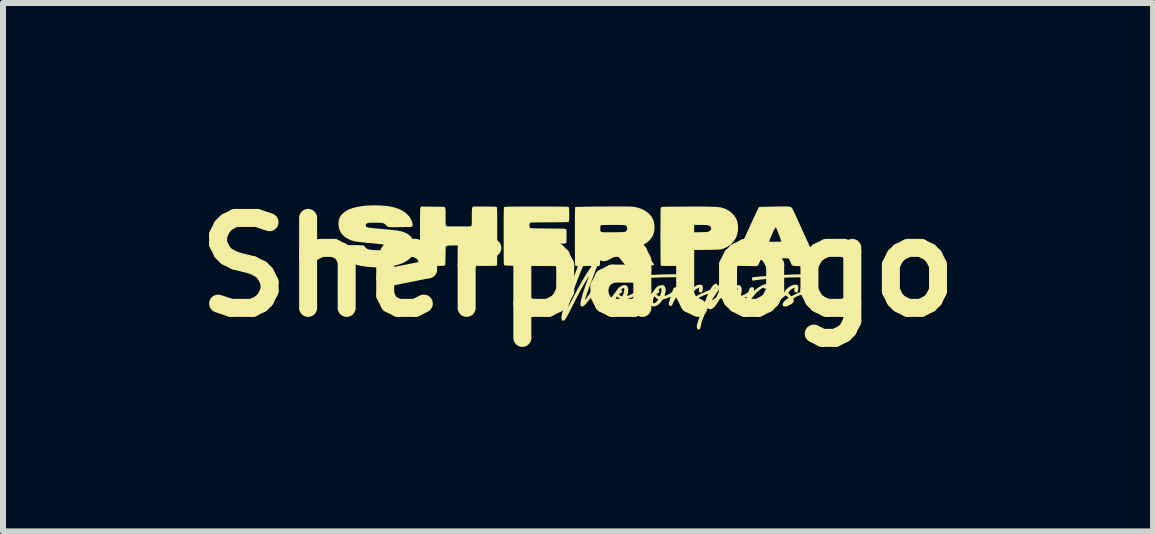
<source format=kicad_pcb>
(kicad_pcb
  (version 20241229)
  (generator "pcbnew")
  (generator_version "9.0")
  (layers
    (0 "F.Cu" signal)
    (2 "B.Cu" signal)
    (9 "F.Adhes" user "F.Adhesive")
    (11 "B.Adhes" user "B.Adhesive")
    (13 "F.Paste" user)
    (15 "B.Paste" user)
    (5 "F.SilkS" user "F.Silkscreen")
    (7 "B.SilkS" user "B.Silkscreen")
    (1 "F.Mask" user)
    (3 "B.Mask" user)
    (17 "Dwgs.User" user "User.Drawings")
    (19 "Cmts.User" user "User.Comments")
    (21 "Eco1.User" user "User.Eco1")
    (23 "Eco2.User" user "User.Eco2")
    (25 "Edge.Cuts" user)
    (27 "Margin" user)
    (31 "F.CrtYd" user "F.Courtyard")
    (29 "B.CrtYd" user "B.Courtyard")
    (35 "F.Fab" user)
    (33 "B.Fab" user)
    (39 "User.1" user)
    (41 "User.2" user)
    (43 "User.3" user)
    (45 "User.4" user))
  (footprint "Sherpalogo"
    (layer "F.Cu")
    (at 6.586 1.404)
    (property "Reference" "Sherpalogo" (at 0 0 0) (layer "F.SilkS") (effects (font (size 1.5 1.5) (thickness 0.3))))
    (attr board_only exclude_from_pos_files exclude_from_bom)
    (fp_poly (pts (xy 2.031 -1.011) (xy 2.095 -1.01) (xy 2.151 -1.01) (xy 2.2 -1.009) (xy 2.242 -1.008) (xy 2.279 -1.006) (xy 2.31 -1.005) (xy 2.336 -1.002) (xy 2.359 -1) (xy 2.378 -0.997) (xy 2.395 -0.993) (xy 2.399 -0.992) (xy 2.456 -0.973) (xy 2.509 -0.945) (xy 2.557 -0.91) (xy 2.597 -0.867) (xy 2.63 -0.82) (xy 2.637 -0.807) (xy 2.654 -0.763) (xy 2.664 -0.713) (xy 2.667 -0.66) (xy 2.664 -0.605) (xy 2.654 -0.552) (xy 2.638 -0.503) (xy 2.63 -0.486) (xy 2.6 -0.439) (xy 2.561 -0.395) (xy 2.516 -0.357) (xy 2.464 -0.327) (xy 2.407 -0.304) (xy 2.397 -0.3) (xy 2.389 -0.298) (xy 2.379 -0.297) (xy 2.366 -0.295) (xy 2.35 -0.294) (xy 2.33 -0.293) (xy 2.304 -0.292) (xy 2.272 -0.291) (xy 2.232 -0.29) (xy 2.184 -0.289) (xy 2.127 -0.289) (xy 2.093 -0.288) (xy 2.032 -0.288) (xy 1.98 -0.287) (xy 1.938 -0.286) (xy 1.904 -0.286) (xy 1.876 -0.285) (xy 1.855 -0.284) (xy 1.839 -0.283) (xy 1.828 -0.282) (xy 1.82 -0.281) (xy 1.814 -0.279) (xy 1.811 -0.277) (xy 1.809 -0.275) (xy 1.805 -0.271) (xy 1.802 -0.266) (xy 1.8 -0.259) (xy 1.799 -0.248) (xy 1.798 -0.231) (xy 1.798 -0.207) (xy 1.798 -0.175) (xy 1.798 -0.154) (xy 1.797 -0.115) (xy 1.796 -0.083) (xy 1.795 -0.057) (xy 1.794 -0.039) (xy 1.792 -0.032) (xy 1.79 -0.029) (xy 1.787 -0.027) (xy 1.782 -0.025) (xy 1.773 -0.024) (xy 1.761 -0.023) (xy 1.743 -0.022) (xy 1.718 -0.022) (xy 1.686 -0.021) (xy 1.646 -0.021) (xy 1.596 -0.021) (xy 1.587 -0.021) (xy 1.387 -0.021) (xy 1.38 -0.033) (xy 1.379 -0.037) (xy 1.378 -0.046) (xy 1.377 -0.059) (xy 1.376 -0.077) (xy 1.376 -0.101) (xy 1.375 -0.131) (xy 1.375 -0.168) (xy 1.374 -0.213) (xy 1.374 -0.266) (xy 1.374 -0.328) (xy 1.374 -0.399) (xy 1.373 -0.479) (xy 1.373 -0.516) (xy 1.373 -0.597) (xy 1.373 -0.628) (xy 1.796 -0.628) (xy 1.796 -0.614) (xy 1.798 -0.603) (xy 1.803 -0.595) (xy 1.811 -0.589) (xy 1.823 -0.585) (xy 1.842 -0.583) (xy 1.866 -0.582) (xy 1.899 -0.582) (xy 1.94 -0.582) (xy 1.987 -0.582) (xy 2.034 -0.583) (xy 2.072 -0.584) (xy 2.101 -0.584) (xy 2.124 -0.585) (xy 2.142 -0.587) (xy 2.154 -0.588) (xy 2.164 -0.59) (xy 2.172 -0.593) (xy 2.175 -0.594) (xy 2.197 -0.608) (xy 2.212 -0.624) (xy 2.219 -0.643) (xy 2.217 -0.661) (xy 2.206 -0.677) (xy 2.197 -0.684) (xy 2.187 -0.69) (xy 2.175 -0.695) (xy 2.16 -0.699) (xy 2.14 -0.701) (xy 2.115 -0.703) (xy 2.082 -0.704) (xy 2.042 -0.705) (xy 1.993 -0.705) (xy 1.976 -0.705) (xy 1.928 -0.704) (xy 1.89 -0.704) (xy 1.86 -0.703) (xy 1.837 -0.702) (xy 1.822 -0.701) (xy 1.811 -0.7) (xy 1.805 -0.698) (xy 1.804 -0.696) (xy 1.799 -0.687) (xy 1.797 -0.669) (xy 1.796 -0.645) (xy 1.796 -0.628) (xy 1.373 -0.628) (xy 1.374 -0.669) (xy 1.374 -0.731) (xy 1.374 -0.785) (xy 1.374 -0.83) (xy 1.374 -0.869) (xy 1.374 -0.9) (xy 1.375 -0.926) (xy 1.375 -0.946) (xy 1.376 -0.962) (xy 1.377 -0.974) (xy 1.378 -0.982) (xy 1.379 -0.988) (xy 1.381 -0.992) (xy 1.382 -0.995) (xy 1.384 -0.997) (xy 1.384 -0.997) (xy 1.387 -1) (xy 1.39 -1.001) (xy 1.394 -1.003) (xy 1.4 -1.004) (xy 1.409 -1.005) (xy 1.421 -1.006) (xy 1.438 -1.007) (xy 1.46 -1.008) (xy 1.487 -1.008) (xy 1.521 -1.009) (xy 1.562 -1.009) (xy 1.612 -1.009) (xy 1.67 -1.01) (xy 1.737 -1.01) (xy 1.785 -1.01) (xy 1.877 -1.011) (xy 1.959 -1.011)) (stroke (width 0) (type solid)) (fill yes) (layer "F.SilkS"))
    (fp_poly (pts (xy -3.293 -1.029) (xy -3.205 -1.022) (xy -3.126 -1.011) (xy -3.056 -0.994) (xy -2.992 -0.973) (xy -2.936 -0.947) (xy -2.887 -0.915) (xy -2.853 -0.887) (xy -2.821 -0.853) (xy -2.795 -0.816) (xy -2.775 -0.777) (xy -2.762 -0.739) (xy -2.758 -0.704) (xy -2.758 -0.695) (xy -2.759 -0.688) (xy -2.762 -0.682) (xy -2.767 -0.678) (xy -2.777 -0.674) (xy -2.791 -0.672) (xy -2.812 -0.67) (xy -2.839 -0.669) (xy -2.874 -0.669) (xy -2.918 -0.668) (xy -2.957 -0.668) (xy -3.001 -0.667) (xy -3.042 -0.667) (xy -3.079 -0.667) (xy -3.11 -0.668) (xy -3.135 -0.668) (xy -3.151 -0.669) (xy -3.157 -0.669) (xy -3.175 -0.677) (xy -3.196 -0.695) (xy -3.202 -0.701) (xy -3.215 -0.713) (xy -3.227 -0.723) (xy -3.24 -0.73) (xy -3.256 -0.735) (xy -3.275 -0.738) (xy -3.3 -0.74) (xy -3.332 -0.741) (xy -3.372 -0.741) (xy -3.385 -0.741) (xy -3.423 -0.741) (xy -3.453 -0.741) (xy -3.475 -0.74) (xy -3.491 -0.739) (xy -3.502 -0.737) (xy -3.511 -0.734) (xy -3.515 -0.732) (xy -3.532 -0.719) (xy -3.54 -0.704) (xy -3.538 -0.688) (xy -3.528 -0.674) (xy -3.51 -0.663) (xy -3.506 -0.662) (xy -3.496 -0.66) (xy -3.477 -0.658) (xy -3.45 -0.655) (xy -3.416 -0.651) (xy -3.377 -0.647) (xy -3.333 -0.643) (xy -3.286 -0.639) (xy -3.272 -0.638) (xy -3.223 -0.633) (xy -3.176 -0.629) (xy -3.131 -0.624) (xy -3.09 -0.62) (xy -3.055 -0.616) (xy -3.028 -0.613) (xy -3.009 -0.611) (xy -3.007 -0.61) (xy -2.942 -0.597) (xy -2.885 -0.577) (xy -2.838 -0.552) (xy -2.798 -0.521) (xy -2.768 -0.486) (xy -2.747 -0.452) (xy -2.734 -0.415) (xy -2.727 -0.374) (xy -2.727 -0.326) (xy -2.733 -0.274) (xy -2.746 -0.228) (xy -2.767 -0.188) (xy -2.797 -0.151) (xy -2.836 -0.118) (xy -2.884 -0.088) (xy -2.935 -0.063) (xy -2.994 -0.043) (xy -3.062 -0.025) (xy -3.135 -0.012) (xy -3.214 -0.003) (xy -3.297 0.001) (xy -3.383 0.002) (xy -3.433 -0.000307) (xy -3.526 -0.008) (xy -3.609 -0.02) (xy -3.683 -0.037) (xy -3.75 -0.059) (xy -3.809 -0.087) (xy -3.862 -0.119) (xy -3.908 -0.158) (xy -3.915 -0.165) (xy -3.951 -0.206) (xy -3.976 -0.247) (xy -3.992 -0.29) (xy -3.995 -0.305) (xy -3.998 -0.33) (xy -3.995 -0.347) (xy -3.985 -0.358) (xy -3.976 -0.363) (xy -3.967 -0.364) (xy -3.949 -0.365) (xy -3.923 -0.366) (xy -3.892 -0.367) (xy -3.856 -0.368) (xy -3.816 -0.368) (xy -3.776 -0.368) (xy -3.735 -0.368) (xy -3.696 -0.368) (xy -3.66 -0.367) (xy -3.628 -0.366) (xy -3.603 -0.365) (xy -3.586 -0.364) (xy -3.577 -0.363) (xy -3.566 -0.356) (xy -3.554 -0.343) (xy -3.549 -0.336) (xy -3.535 -0.321) (xy -3.518 -0.308) (xy -3.512 -0.304) (xy -3.491 -0.297) (xy -3.462 -0.291) (xy -3.426 -0.287) (xy -3.387 -0.284) (xy -3.347 -0.283) (xy -3.306 -0.284) (xy -3.269 -0.286) (xy -3.236 -0.29) (xy -3.209 -0.296) (xy -3.196 -0.301) (xy -3.181 -0.313) (xy -3.176 -0.329) (xy -3.18 -0.347) (xy -3.183 -0.352) (xy -3.189 -0.358) (xy -3.198 -0.363) (xy -3.21 -0.368) (xy -3.226 -0.373) (xy -3.248 -0.377) (xy -3.276 -0.382) (xy -3.31 -0.386) (xy -3.353 -0.391) (xy -3.405 -0.396) (xy -3.466 -0.402) (xy -3.471 -0.402) (xy -3.519 -0.407) (xy -3.565 -0.411) (xy -3.607 -0.416) (xy -3.645 -0.42) (xy -3.676 -0.424) (xy -3.7 -0.427) (xy -3.715 -0.429) (xy -3.716 -0.429) (xy -3.78 -0.447) (xy -3.835 -0.471) (xy -3.884 -0.501) (xy -3.923 -0.537) (xy -3.955 -0.578) (xy -3.977 -0.625) (xy -3.987 -0.66) (xy -3.994 -0.715) (xy -3.992 -0.766) (xy -3.98 -0.812) (xy -3.958 -0.855) (xy -3.927 -0.892) (xy -3.886 -0.926) (xy -3.837 -0.955) (xy -3.778 -0.979) (xy -3.71 -0.999) (xy -3.633 -1.014) (xy -3.547 -1.025) (xy -3.453 -1.03) (xy -3.39 -1.031)) (stroke (width 0) (type solid)) (fill yes) (layer "F.SilkS"))
    (fp_poly (pts (xy 3.457 -1.013) (xy 3.485 -1.012) (xy 3.506 -1.011) (xy 3.523 -1.009) (xy 3.536 -1.007) (xy 3.545 -1.004) (xy 3.553 -0.999) (xy 3.559 -0.994) (xy 3.565 -0.988) (xy 3.567 -0.986) (xy 3.572 -0.978) (xy 3.58 -0.962) (xy 3.592 -0.938) (xy 3.606 -0.909) (xy 3.622 -0.875) (xy 3.639 -0.837) (xy 3.648 -0.819) (xy 3.665 -0.78) (xy 3.686 -0.734) (xy 3.709 -0.683) (xy 3.734 -0.627) (xy 3.761 -0.569) (xy 3.787 -0.511) (xy 3.813 -0.455) (xy 3.827 -0.424) (xy 3.859 -0.355) (xy 3.886 -0.295) (xy 3.91 -0.244) (xy 3.93 -0.2) (xy 3.946 -0.164) (xy 3.96 -0.133) (xy 3.971 -0.109) (xy 3.979 -0.089) (xy 3.985 -0.074) (xy 3.99 -0.063) (xy 3.992 -0.054) (xy 3.994 -0.048) (xy 3.994 -0.044) (xy 3.994 -0.042) (xy 3.993 -0.035) (xy 3.99 -0.03) (xy 3.985 -0.026) (xy 3.976 -0.023) (xy 3.963 -0.02) (xy 3.945 -0.019) (xy 3.92 -0.018) (xy 3.888 -0.017) (xy 3.848 -0.017) (xy 3.799 -0.017) (xy 3.773 -0.017) (xy 3.721 -0.018) (xy 3.678 -0.018) (xy 3.644 -0.018) (xy 3.618 -0.02) (xy 3.597 -0.022) (xy 3.582 -0.025) (xy 3.571 -0.03) (xy 3.563 -0.037) (xy 3.557 -0.046) (xy 3.552 -0.057) (xy 3.547 -0.072) (xy 3.541 -0.085) (xy 3.532 -0.106) (xy 3.523 -0.125) (xy 3.516 -0.137) (xy 3.514 -0.14) (xy 3.511 -0.142) (xy 3.507 -0.144) (xy 3.5 -0.146) (xy 3.49 -0.147) (xy 3.476 -0.148) (xy 3.456 -0.148) (xy 3.43 -0.149) (xy 3.396 -0.149) (xy 3.354 -0.149) (xy 3.303 -0.149) (xy 3.286 -0.149) (xy 3.232 -0.149) (xy 3.187 -0.149) (xy 3.151 -0.149) (xy 3.123 -0.149) (xy 3.101 -0.148) (xy 3.085 -0.147) (xy 3.074 -0.146) (xy 3.066 -0.144) (xy 3.061 -0.143) (xy 3.058 -0.14) (xy 3.057 -0.14) (xy 3.051 -0.131) (xy 3.042 -0.115) (xy 3.031 -0.094) (xy 3.024 -0.078) (xy 3.012 -0.052) (xy 3.002 -0.035) (xy 2.992 -0.024) (xy 2.98 -0.018) (xy 2.963 -0.017) (xy 2.945 -0.017) (xy 2.932 -0.018) (xy 2.91 -0.018) (xy 2.881 -0.019) (xy 2.845 -0.019) (xy 2.806 -0.02) (xy 2.765 -0.021) (xy 2.755 -0.021) (xy 2.714 -0.022) (xy 2.677 -0.023) (xy 2.645 -0.024) (xy 2.618 -0.025) (xy 2.6 -0.027) (xy 2.589 -0.028) (xy 2.588 -0.028) (xy 2.583 -0.034) (xy 2.582 -0.044) (xy 2.585 -0.06) (xy 2.592 -0.081) (xy 2.603 -0.109) (xy 2.619 -0.146) (xy 2.625 -0.159) (xy 2.634 -0.179) (xy 2.648 -0.209) (xy 2.665 -0.246) (xy 2.684 -0.289) (xy 2.707 -0.338) (xy 2.731 -0.392) (xy 2.752 -0.437) (xy 3.188 -0.437) (xy 3.188 -0.431) (xy 3.19 -0.427) (xy 3.195 -0.426) (xy 3.202 -0.425) (xy 3.204 -0.425) (xy 3.22 -0.424) (xy 3.242 -0.423) (xy 3.268 -0.423) (xy 3.296 -0.424) (xy 3.323 -0.424) (xy 3.348 -0.425) (xy 3.369 -0.427) (xy 3.382 -0.428) (xy 3.387 -0.43) (xy 3.386 -0.435) (xy 3.382 -0.449) (xy 3.375 -0.47) (xy 3.366 -0.495) (xy 3.356 -0.523) (xy 3.344 -0.553) (xy 3.333 -0.582) (xy 3.323 -0.608) (xy 3.313 -0.631) (xy 3.306 -0.649) (xy 3.3 -0.659) (xy 3.299 -0.66) (xy 3.295 -0.662) (xy 3.289 -0.658) (xy 3.281 -0.648) (xy 3.272 -0.631) (xy 3.259 -0.606) (xy 3.244 -0.572) (xy 3.235 -0.552) (xy 3.218 -0.514) (xy 3.206 -0.485) (xy 3.196 -0.463) (xy 3.191 -0.447) (xy 3.188 -0.437) (xy 2.752 -0.437) (xy 2.757 -0.449) (xy 2.785 -0.509) (xy 2.813 -0.57) (xy 2.836 -0.621) (xy 2.863 -0.68) (xy 2.889 -0.737) (xy 2.913 -0.79) (xy 2.936 -0.838) (xy 2.956 -0.882) (xy 2.973 -0.92) (xy 2.988 -0.951) (xy 3 -0.975) (xy 3.008 -0.991) (xy 3.011 -0.998) (xy 3.011 -0.998) (xy 3.014 -1) (xy 3.019 -1.002) (xy 3.027 -1.003) (xy 3.039 -1.005) (xy 3.055 -1.006) (xy 3.078 -1.007) (xy 3.107 -1.008) (xy 3.143 -1.008) (xy 3.188 -1.009) (xy 3.243 -1.01) (xy 3.269 -1.011) (xy 3.329 -1.012) (xy 3.38 -1.012) (xy 3.423 -1.013)) (stroke (width 0) (type solid)) (fill yes) (layer "F.SilkS"))
    (fp_poly (pts (xy -1.508 -1.011) (xy -1.466 -1.011) (xy -1.434 -1.01) (xy -1.409 -1.01) (xy -1.39 -1.009) (xy -1.377 -1.008) (xy -1.368 -1.007) (xy -1.362 -1.005) (xy -1.358 -1.003) (xy -1.356 -1.001) (xy -1.355 -0.999) (xy -1.353 -0.996) (xy -1.352 -0.991) (xy -1.351 -0.984) (xy -1.35 -0.973) (xy -1.349 -0.959) (xy -1.349 -0.94) (xy -1.348 -0.916) (xy -1.348 -0.887) (xy -1.347 -0.851) (xy -1.347 -0.808) (xy -1.347 -0.757) (xy -1.347 -0.698) (xy -1.347 -0.63) (xy -1.347 -0.552) (xy -1.347 -0.515) (xy -1.347 -0.431) (xy -1.347 -0.357) (xy -1.347 -0.292) (xy -1.347 -0.237) (xy -1.348 -0.189) (xy -1.348 -0.149) (xy -1.348 -0.116) (xy -1.349 -0.089) (xy -1.35 -0.069) (xy -1.35 -0.053) (xy -1.351 -0.042) (xy -1.352 -0.035) (xy -1.354 -0.031) (xy -1.354 -0.03) (xy -1.357 -0.028) (xy -1.362 -0.026) (xy -1.369 -0.025) (xy -1.381 -0.023) (xy -1.398 -0.023) (xy -1.422 -0.022) (xy -1.452 -0.022) (xy -1.49 -0.021) (xy -1.538 -0.021) (xy -1.559 -0.021) (xy -1.608 -0.022) (xy -1.653 -0.022) (xy -1.691 -0.023) (xy -1.722 -0.023) (xy -1.746 -0.024) (xy -1.761 -0.026) (xy -1.766 -0.027) (xy -1.768 -0.029) (xy -1.77 -0.036) (xy -1.771 -0.046) (xy -1.773 -0.062) (xy -1.774 -0.085) (xy -1.775 -0.116) (xy -1.776 -0.155) (xy -1.776 -0.189) (xy -1.777 -0.237) (xy -1.778 -0.276) (xy -1.779 -0.306) (xy -1.781 -0.327) (xy -1.782 -0.342) (xy -1.784 -0.35) (xy -1.786 -0.353) (xy -1.79 -0.355) (xy -1.8 -0.357) (xy -1.815 -0.358) (xy -1.837 -0.359) (xy -1.867 -0.36) (xy -1.905 -0.361) (xy -1.952 -0.361) (xy -1.978 -0.362) (xy -2.033 -0.362) (xy -2.078 -0.362) (xy -2.115 -0.362) (xy -2.143 -0.361) (xy -2.165 -0.359) (xy -2.181 -0.357) (xy -2.192 -0.354) (xy -2.199 -0.35) (xy -2.204 -0.345) (xy -2.205 -0.34) (xy -2.206 -0.332) (xy -2.207 -0.314) (xy -2.208 -0.289) (xy -2.208 -0.258) (xy -2.209 -0.222) (xy -2.209 -0.183) (xy -2.21 -0.138) (xy -2.211 -0.102) (xy -2.212 -0.075) (xy -2.213 -0.055) (xy -2.215 -0.041) (xy -2.217 -0.033) (xy -2.218 -0.03) (xy -2.221 -0.028) (xy -2.226 -0.026) (xy -2.234 -0.025) (xy -2.246 -0.023) (xy -2.263 -0.023) (xy -2.286 -0.022) (xy -2.316 -0.022) (xy -2.355 -0.021) (xy -2.402 -0.021) (xy -2.425 -0.021) (xy -2.476 -0.021) (xy -2.518 -0.021) (xy -2.551 -0.022) (xy -2.577 -0.022) (xy -2.596 -0.023) (xy -2.609 -0.024) (xy -2.618 -0.025) (xy -2.624 -0.027) (xy -2.627 -0.029) (xy -2.629 -0.031) (xy -2.629 -0.032) (xy -2.631 -0.039) (xy -2.632 -0.057) (xy -2.632 -0.086) (xy -2.633 -0.125) (xy -2.634 -0.175) (xy -2.634 -0.235) (xy -2.635 -0.307) (xy -2.635 -0.388) (xy -2.635 -0.481) (xy -2.635 -0.514) (xy -2.635 -0.596) (xy -2.635 -0.667) (xy -2.635 -0.73) (xy -2.635 -0.784) (xy -2.635 -0.829) (xy -2.634 -0.868) (xy -2.634 -0.9) (xy -2.633 -0.926) (xy -2.633 -0.946) (xy -2.632 -0.962) (xy -2.631 -0.974) (xy -2.63 -0.983) (xy -2.629 -0.989) (xy -2.628 -0.993) (xy -2.626 -0.996) (xy -2.625 -0.998) (xy -2.615 -1.011) (xy -2.49 -1.01) (xy -2.45 -1.009) (xy -2.408 -1.009) (xy -2.368 -1.009) (xy -2.332 -1.008) (xy -2.303 -1.008) (xy -2.298 -1.008) (xy -2.272 -1.008) (xy -2.252 -1.008) (xy -2.237 -1.006) (xy -2.226 -1.002) (xy -2.218 -0.994) (xy -2.213 -0.982) (xy -2.21 -0.963) (xy -2.208 -0.937) (xy -2.208 -0.904) (xy -2.208 -0.861) (xy -2.208 -0.846) (xy -2.208 -0.803) (xy -2.208 -0.77) (xy -2.208 -0.745) (xy -2.207 -0.726) (xy -2.206 -0.713) (xy -2.204 -0.704) (xy -2.202 -0.698) (xy -2.199 -0.694) (xy -2.198 -0.693) (xy -2.188 -0.68) (xy -1.99 -0.68) (xy -1.791 -0.68) (xy -1.781 -0.693) (xy -1.778 -0.697) (xy -1.776 -0.703) (xy -1.774 -0.711) (xy -1.772 -0.723) (xy -1.772 -0.741) (xy -1.771 -0.764) (xy -1.771 -0.796) (xy -1.771 -0.837) (xy -1.771 -0.845) (xy -1.771 -0.888) (xy -1.771 -0.921) (xy -1.77 -0.946) (xy -1.769 -0.965) (xy -1.768 -0.978) (xy -1.767 -0.987) (xy -1.764 -0.993) (xy -1.761 -0.997) (xy -1.761 -0.998) (xy -1.75 -1.011) (xy -1.558 -1.011)) (stroke (width 0) (type solid)) (fill yes) (layer "F.SilkS"))
    (fp_poly (pts (xy 3.326 0.085) (xy 3.338 0.097) (xy 3.344 0.115) (xy 3.344 0.118) (xy 3.344 0.135) (xy 3.391 0.131) (xy 3.479 0.126) (xy 3.573 0.122) (xy 3.668 0.119) (xy 3.762 0.118) (xy 3.806 0.118) (xy 3.85 0.118) (xy 3.885 0.119) (xy 3.912 0.12) (xy 3.933 0.121) (xy 3.948 0.122) (xy 3.959 0.124) (xy 3.968 0.127) (xy 3.972 0.128) (xy 3.99 0.139) (xy 3.998 0.151) (xy 3.996 0.164) (xy 3.995 0.166) (xy 3.982 0.179) (xy 3.964 0.186) (xy 3.944 0.185) (xy 3.927 0.177) (xy 3.922 0.175) (xy 3.916 0.173) (xy 3.907 0.171) (xy 3.895 0.17) (xy 3.877 0.169) (xy 3.854 0.169) (xy 3.823 0.168) (xy 3.784 0.168) (xy 3.736 0.168) (xy 3.729 0.168) (xy 3.67 0.169) (xy 3.613 0.17) (xy 3.557 0.171) (xy 3.505 0.172) (xy 3.456 0.174) (xy 3.412 0.176) (xy 3.374 0.179) (xy 3.344 0.181) (xy 3.321 0.184) (xy 3.307 0.187) (xy 3.303 0.188) (xy 3.298 0.197) (xy 3.29 0.214) (xy 3.279 0.238) (xy 3.267 0.267) (xy 3.254 0.299) (xy 3.241 0.334) (xy 3.227 0.37) (xy 3.215 0.404) (xy 3.208 0.424) (xy 3.192 0.476) (xy 3.18 0.518) (xy 3.173 0.551) (xy 3.171 0.575) (xy 3.173 0.591) (xy 3.174 0.592) (xy 3.178 0.599) (xy 3.182 0.602) (xy 3.189 0.601) (xy 3.203 0.596) (xy 3.207 0.594) (xy 3.232 0.582) (xy 3.262 0.564) (xy 3.294 0.542) (xy 3.328 0.517) (xy 3.361 0.491) (xy 3.391 0.464) (xy 3.418 0.438) (xy 3.439 0.415) (xy 3.453 0.396) (xy 3.453 0.395) (xy 3.471 0.37) (xy 3.497 0.346) (xy 3.528 0.324) (xy 3.561 0.306) (xy 3.594 0.295) (xy 3.619 0.291) (xy 3.638 0.292) (xy 3.65 0.295) (xy 3.66 0.302) (xy 3.66 0.303) (xy 3.667 0.312) (xy 3.671 0.322) (xy 3.672 0.338) (xy 3.672 0.348) (xy 3.67 0.37) (xy 3.666 0.391) (xy 3.663 0.402) (xy 3.656 0.415) (xy 3.648 0.42) (xy 3.638 0.421) (xy 3.62 0.417) (xy 3.608 0.405) (xy 3.603 0.387) (xy 3.606 0.365) (xy 3.606 0.365) (xy 3.609 0.352) (xy 3.61 0.344) (xy 3.609 0.343) (xy 3.603 0.344) (xy 3.591 0.349) (xy 3.575 0.358) (xy 3.559 0.368) (xy 3.544 0.379) (xy 3.539 0.383) (xy 3.521 0.401) (xy 3.511 0.414) (xy 3.509 0.425) (xy 3.512 0.437) (xy 3.512 0.437) (xy 3.521 0.449) (xy 3.533 0.464) (xy 3.537 0.468) (xy 3.555 0.485) (xy 3.611 0.456) (xy 3.654 0.435) (xy 3.694 0.417) (xy 3.729 0.403) (xy 3.759 0.392) (xy 3.781 0.386) (xy 3.784 0.386) (xy 3.799 0.385) (xy 3.808 0.387) (xy 3.815 0.394) (xy 3.816 0.396) (xy 3.822 0.411) (xy 3.819 0.422) (xy 3.805 0.43) (xy 3.783 0.437) (xy 3.755 0.445) (xy 3.722 0.456) (xy 3.686 0.47) (xy 3.652 0.485) (xy 3.623 0.5) (xy 3.59 0.518) (xy 3.593 0.542) (xy 3.593 0.567) (xy 3.586 0.588) (xy 3.568 0.606) (xy 3.557 0.614) (xy 3.523 0.633) (xy 3.491 0.647) (xy 3.462 0.654) (xy 3.439 0.655) (xy 3.422 0.648) (xy 3.419 0.645) (xy 3.41 0.629) (xy 3.41 0.611) (xy 3.42 0.589) (xy 3.439 0.566) (xy 3.44 0.565) (xy 3.527 0.565) (xy 3.528 0.565) (xy 3.533 0.562) (xy 3.534 0.56) (xy 3.535 0.555) (xy 3.534 0.555) (xy 3.529 0.558) (xy 3.528 0.56) (xy 3.527 0.565) (xy 3.44 0.565) (xy 3.466 0.542) (xy 3.475 0.536) (xy 3.511 0.51) (xy 3.488 0.49) (xy 3.475 0.479) (xy 3.465 0.472) (xy 3.461 0.47) (xy 3.456 0.473) (xy 3.445 0.482) (xy 3.43 0.495) (xy 3.421 0.502) (xy 3.388 0.53) (xy 3.352 0.559) (xy 3.315 0.586) (xy 3.28 0.61) (xy 3.248 0.63) (xy 3.231 0.64) (xy 3.2 0.654) (xy 3.175 0.661) (xy 3.156 0.661) (xy 3.139 0.653) (xy 3.131 0.647) (xy 3.12 0.629) (xy 3.113 0.604) (xy 3.112 0.572) (xy 3.117 0.532) (xy 3.127 0.485) (xy 3.142 0.43) (xy 3.164 0.366) (xy 3.191 0.294) (xy 3.202 0.267) (xy 3.212 0.242) (xy 3.22 0.22) (xy 3.227 0.203) (xy 3.23 0.194) (xy 3.231 0.194) (xy 3.229 0.19) (xy 3.22 0.189) (xy 3.208 0.19) (xy 3.193 0.191) (xy 3.171 0.193) (xy 3.143 0.196) (xy 3.112 0.199) (xy 3.096 0.2) (xy 3.062 0.204) (xy 3.027 0.208) (xy 2.995 0.212) (xy 2.968 0.216) (xy 2.961 0.217) (xy 2.938 0.221) (xy 2.923 0.223) (xy 2.914 0.223) (xy 2.908 0.221) (xy 2.904 0.217) (xy 2.904 0.216) (xy 2.897 0.2) (xy 2.898 0.184) (xy 2.904 0.175) (xy 2.908 0.172) (xy 2.914 0.169) (xy 2.923 0.167) (xy 2.936 0.165) (xy 2.955 0.162) (xy 2.981 0.16) (xy 3.014 0.157) (xy 3.056 0.154) (xy 3.086 0.152) (xy 3.133 0.149) (xy 3.171 0.146) (xy 3.2 0.144) (xy 3.222 0.142) (xy 3.237 0.14) (xy 3.248 0.138) (xy 3.255 0.135) (xy 3.258 0.133) (xy 3.26 0.129) (xy 3.261 0.126) (xy 3.268 0.11) (xy 3.281 0.096) (xy 3.296 0.084) (xy 3.309 0.08) (xy 3.309 0.08)) (stroke (width 0) (type solid)) (fill yes) (layer "F.SilkS"))
    (fp_poly (pts (xy -0.607 -1.011) (xy -0.53 -1.011) (xy -0.462 -1.011) (xy -0.404 -1.011) (xy -0.353 -1.01) (xy -0.31 -1.01) (xy -0.274 -1.01) (xy -0.244 -1.009) (xy -0.22 -1.009) (xy -0.201 -1.008) (xy -0.187 -1.008) (xy -0.176 -1.007) (xy -0.168 -1.006) (xy -0.162 -1.005) (xy -0.159 -1.003) (xy -0.157 -1.002) (xy -0.156 -1.001) (xy -0.153 -0.997) (xy -0.151 -0.991) (xy -0.149 -0.982) (xy -0.148 -0.967) (xy -0.147 -0.947) (xy -0.147 -0.918) (xy -0.147 -0.881) (xy -0.147 -0.88) (xy -0.147 -0.842) (xy -0.147 -0.814) (xy -0.148 -0.793) (xy -0.149 -0.779) (xy -0.151 -0.769) (xy -0.153 -0.763) (xy -0.156 -0.759) (xy -0.156 -0.759) (xy -0.159 -0.757) (xy -0.163 -0.755) (xy -0.169 -0.754) (xy -0.178 -0.753) (xy -0.19 -0.752) (xy -0.208 -0.751) (xy -0.23 -0.75) (xy -0.26 -0.75) (xy -0.296 -0.749) (xy -0.34 -0.749) (xy -0.393 -0.748) (xy -0.455 -0.748) (xy -0.479 -0.748) (xy -0.545 -0.748) (xy -0.6 -0.747) (xy -0.647 -0.747) (xy -0.686 -0.747) (xy -0.717 -0.746) (xy -0.741 -0.746) (xy -0.76 -0.745) (xy -0.775 -0.744) (xy -0.785 -0.743) (xy -0.791 -0.742) (xy -0.796 -0.74) (xy -0.799 -0.738) (xy -0.801 -0.736) (xy -0.801 -0.735) (xy -0.808 -0.722) (xy -0.811 -0.702) (xy -0.81 -0.682) (xy -0.806 -0.664) (xy -0.803 -0.658) (xy -0.801 -0.656) (xy -0.798 -0.654) (xy -0.793 -0.653) (xy -0.786 -0.651) (xy -0.775 -0.65) (xy -0.759 -0.649) (xy -0.738 -0.648) (xy -0.711 -0.648) (xy -0.677 -0.647) (xy -0.635 -0.647) (xy -0.585 -0.646) (xy -0.525 -0.646) (xy -0.505 -0.645) (xy -0.442 -0.645) (xy -0.389 -0.644) (xy -0.344 -0.644) (xy -0.308 -0.643) (xy -0.279 -0.642) (xy -0.256 -0.642) (xy -0.238 -0.641) (xy -0.226 -0.64) (xy -0.217 -0.638) (xy -0.211 -0.637) (xy -0.207 -0.635) (xy -0.204 -0.633) (xy -0.203 -0.633) (xy -0.199 -0.629) (xy -0.197 -0.623) (xy -0.195 -0.616) (xy -0.193 -0.604) (xy -0.192 -0.587) (xy -0.192 -0.562) (xy -0.192 -0.529) (xy -0.192 -0.518) (xy -0.192 -0.479) (xy -0.193 -0.45) (xy -0.194 -0.429) (xy -0.195 -0.415) (xy -0.198 -0.406) (xy -0.2 -0.402) (xy -0.202 -0.4) (xy -0.205 -0.398) (xy -0.209 -0.397) (xy -0.217 -0.395) (xy -0.228 -0.394) (xy -0.244 -0.393) (xy -0.265 -0.392) (xy -0.292 -0.392) (xy -0.326 -0.391) (xy -0.368 -0.391) (xy -0.419 -0.39) (xy -0.48 -0.39) (xy -0.495 -0.389) (xy -0.561 -0.389) (xy -0.617 -0.388) (xy -0.664 -0.388) (xy -0.703 -0.387) (xy -0.734 -0.386) (xy -0.759 -0.384) (xy -0.777 -0.382) (xy -0.791 -0.379) (xy -0.8 -0.375) (xy -0.806 -0.37) (xy -0.809 -0.364) (xy -0.811 -0.357) (xy -0.811 -0.349) (xy -0.811 -0.338) (xy -0.811 -0.337) (xy -0.81 -0.319) (xy -0.808 -0.306) (xy -0.807 -0.3) (xy -0.804 -0.297) (xy -0.799 -0.294) (xy -0.792 -0.291) (xy -0.782 -0.289) (xy -0.769 -0.287) (xy -0.75 -0.286) (xy -0.726 -0.285) (xy -0.695 -0.284) (xy -0.657 -0.283) (xy -0.612 -0.283) (xy -0.557 -0.283) (xy -0.493 -0.283) (xy -0.475 -0.283) (xy -0.409 -0.283) (xy -0.352 -0.282) (xy -0.305 -0.282) (xy -0.266 -0.282) (xy -0.235 -0.281) (xy -0.21 -0.281) (xy -0.192 -0.28) (xy -0.18 -0.278) (xy -0.172 -0.277) (xy -0.169 -0.276) (xy -0.162 -0.267) (xy -0.156 -0.252) (xy -0.153 -0.23) (xy -0.151 -0.2) (xy -0.15 -0.16) (xy -0.15 -0.149) (xy -0.15 -0.111) (xy -0.151 -0.082) (xy -0.153 -0.061) (xy -0.156 -0.046) (xy -0.16 -0.036) (xy -0.167 -0.03) (xy -0.168 -0.029) (xy -0.171 -0.027) (xy -0.175 -0.025) (xy -0.18 -0.024) (xy -0.188 -0.023) (xy -0.197 -0.022) (xy -0.21 -0.021) (xy -0.227 -0.02) (xy -0.248 -0.02) (xy -0.275 -0.019) (xy -0.307 -0.019) (xy -0.345 -0.019) (xy -0.39 -0.019) (xy -0.443 -0.019) (xy -0.504 -0.019) (xy -0.574 -0.02) (xy -0.653 -0.02) (xy -0.742 -0.021) (xy -0.745 -0.021) (xy -0.827 -0.021) (xy -0.9 -0.022) (xy -0.963 -0.022) (xy -1.017 -0.023) (xy -1.063 -0.023) (xy -1.102 -0.024) (xy -1.134 -0.025) (xy -1.16 -0.025) (xy -1.181 -0.026) (xy -1.197 -0.027) (xy -1.209 -0.028) (xy -1.218 -0.029) (xy -1.224 -0.03) (xy -1.228 -0.031) (xy -1.23 -0.033) (xy -1.231 -0.034) (xy -1.232 -0.036) (xy -1.234 -0.039) (xy -1.235 -0.044) (xy -1.236 -0.051) (xy -1.237 -0.062) (xy -1.238 -0.076) (xy -1.238 -0.095) (xy -1.239 -0.118) (xy -1.239 -0.148) (xy -1.24 -0.184) (xy -1.24 -0.227) (xy -1.24 -0.278) (xy -1.24 -0.337) (xy -1.24 -0.405) (xy -1.24 -0.483) (xy -1.24 -0.517) (xy -1.24 -0.599) (xy -1.24 -0.672) (xy -1.24 -0.734) (xy -1.24 -0.788) (xy -1.24 -0.834) (xy -1.239 -0.873) (xy -1.239 -0.905) (xy -1.239 -0.931) (xy -1.238 -0.952) (xy -1.237 -0.968) (xy -1.236 -0.98) (xy -1.235 -0.988) (xy -1.234 -0.994) (xy -1.233 -0.998) (xy -1.231 -1.001) (xy -1.231 -1.001) (xy -1.229 -1.003) (xy -1.226 -1.004) (xy -1.221 -1.005) (xy -1.214 -1.006) (xy -1.204 -1.007) (xy -1.19 -1.008) (xy -1.172 -1.009) (xy -1.149 -1.009) (xy -1.121 -1.01) (xy -1.087 -1.01) (xy -1.046 -1.01) (xy -0.998 -1.011) (xy -0.941 -1.011) (xy -0.876 -1.011) (xy -0.802 -1.011) (xy -0.718 -1.011) (xy -0.693 -1.011)) (stroke (width 0) (type solid)) (fill yes) (layer "F.SilkS"))
    (fp_poly (pts (xy 2.303 0.276) (xy 2.308 0.279) (xy 2.32 0.288) (xy 2.325 0.297) (xy 2.327 0.306) (xy 2.332 0.308) (xy 2.343 0.304) (xy 2.347 0.301) (xy 2.368 0.294) (xy 2.389 0.295) (xy 2.406 0.303) (xy 2.411 0.308) (xy 2.418 0.318) (xy 2.421 0.329) (xy 2.421 0.345) (xy 2.42 0.355) (xy 2.416 0.379) (xy 2.41 0.405) (xy 2.406 0.419) (xy 2.401 0.435) (xy 2.398 0.447) (xy 2.397 0.452) (xy 2.402 0.45) (xy 2.415 0.445) (xy 2.434 0.437) (xy 2.458 0.426) (xy 2.466 0.423) (xy 2.493 0.41) (xy 2.513 0.4) (xy 2.527 0.392) (xy 2.536 0.384) (xy 2.544 0.375) (xy 2.55 0.367) (xy 2.575 0.337) (xy 2.606 0.315) (xy 2.64 0.302) (xy 2.671 0.299) (xy 2.692 0.303) (xy 2.709 0.315) (xy 2.721 0.336) (xy 2.726 0.355) (xy 2.729 0.373) (xy 2.728 0.393) (xy 2.725 0.417) (xy 2.718 0.447) (xy 2.712 0.469) (xy 2.71 0.478) (xy 2.715 0.479) (xy 2.721 0.478) (xy 2.741 0.47) (xy 2.765 0.459) (xy 2.789 0.447) (xy 2.811 0.434) (xy 2.827 0.423) (xy 2.828 0.422) (xy 2.841 0.408) (xy 2.846 0.394) (xy 2.847 0.39) (xy 2.851 0.371) (xy 2.862 0.354) (xy 2.877 0.339) (xy 2.894 0.332) (xy 2.896 0.332) (xy 2.915 0.334) (xy 2.928 0.343) (xy 2.933 0.361) (xy 2.932 0.372) (xy 2.931 0.388) (xy 2.934 0.394) (xy 2.941 0.39) (xy 2.95 0.381) (xy 2.964 0.368) (xy 2.985 0.352) (xy 3.01 0.335) (xy 3.037 0.319) (xy 3.061 0.305) (xy 3.082 0.295) (xy 3.085 0.294) (xy 3.113 0.285) (xy 3.134 0.283) (xy 3.149 0.288) (xy 3.154 0.292) (xy 3.162 0.307) (xy 3.162 0.323) (xy 3.154 0.338) (xy 3.143 0.35) (xy 3.128 0.357) (xy 3.112 0.357) (xy 3.097 0.35) (xy 3.096 0.348) (xy 3.09 0.343) (xy 3.083 0.343) (xy 3.073 0.347) (xy 3.065 0.351) (xy 3.032 0.373) (xy 2.997 0.402) (xy 2.961 0.437) (xy 2.927 0.477) (xy 2.896 0.518) (xy 2.871 0.56) (xy 2.854 0.592) (xy 2.845 0.613) (xy 2.839 0.626) (xy 2.834 0.634) (xy 2.83 0.639) (xy 2.826 0.642) (xy 2.812 0.645) (xy 2.798 0.64) (xy 2.786 0.63) (xy 2.782 0.623) (xy 2.781 0.614) (xy 2.782 0.602) (xy 2.786 0.584) (xy 2.793 0.559) (xy 2.796 0.549) (xy 2.803 0.527) (xy 2.808 0.508) (xy 2.81 0.496) (xy 2.809 0.493) (xy 2.809 0.493) (xy 2.765 0.511) (xy 2.73 0.523) (xy 2.711 0.529) (xy 2.696 0.533) (xy 2.685 0.538) (xy 2.675 0.548) (xy 2.663 0.563) (xy 2.659 0.568) (xy 2.631 0.603) (xy 2.604 0.628) (xy 2.576 0.645) (xy 2.546 0.653) (xy 2.54 0.654) (xy 2.513 0.653) (xy 2.491 0.644) (xy 2.474 0.626) (xy 2.464 0.602) (xy 2.461 0.584) (xy 2.518 0.584) (xy 2.519 0.594) (xy 2.527 0.602) (xy 2.541 0.601) (xy 2.558 0.592) (xy 2.57 0.582) (xy 2.583 0.568) (xy 2.594 0.553) (xy 2.602 0.54) (xy 2.603 0.535) (xy 2.598 0.529) (xy 2.591 0.526) (xy 2.58 0.521) (xy 2.566 0.51) (xy 2.559 0.503) (xy 2.539 0.484) (xy 2.53 0.505) (xy 2.525 0.522) (xy 2.521 0.543) (xy 2.518 0.565) (xy 2.518 0.584) (xy 2.461 0.584) (xy 2.46 0.572) (xy 2.462 0.538) (xy 2.471 0.499) (xy 2.478 0.478) (xy 2.477 0.475) (xy 2.471 0.476) (xy 2.458 0.481) (xy 2.437 0.492) (xy 2.421 0.499) (xy 2.361 0.531) (xy 2.338 0.57) (xy 2.315 0.606) (xy 2.291 0.639) (xy 2.268 0.665) (xy 2.248 0.684) (xy 2.245 0.686) (xy 2.223 0.697) (xy 2.202 0.701) (xy 2.184 0.698) (xy 2.172 0.689) (xy 2.168 0.685) (xy 2.165 0.683) (xy 2.161 0.685) (xy 2.156 0.693) (xy 2.148 0.706) (xy 2.138 0.728) (xy 2.126 0.753) (xy 2.105 0.799) (xy 2.086 0.845) (xy 2.07 0.89) (xy 2.056 0.931) (xy 2.047 0.967) (xy 2.044 0.986) (xy 2.04 1.006) (xy 2.034 1.023) (xy 2.03 1.029) (xy 2.021 1.037) (xy 2.011 1.039) (xy 1.999 1.037) (xy 1.989 1.029) (xy 1.983 1.013) (xy 1.98 0.992) (xy 1.981 0.975) (xy 1.984 0.96) (xy 1.99 0.937) (xy 1.999 0.906) (xy 2.011 0.87) (xy 2.024 0.829) (xy 2.039 0.785) (xy 2.055 0.739) (xy 2.071 0.693) (xy 2.087 0.648) (xy 2.103 0.605) (xy 2.119 0.566) (xy 2.122 0.556) (xy 2.125 0.55) (xy 2.232 0.55) (xy 2.235 0.551) (xy 2.243 0.546) (xy 2.259 0.536) (xy 2.273 0.526) (xy 2.286 0.517) (xy 2.296 0.509) (xy 2.303 0.5) (xy 2.311 0.487) (xy 2.319 0.468) (xy 2.326 0.453) (xy 2.58 0.453) (xy 2.587 0.465) (xy 2.597 0.473) (xy 2.612 0.482) (xy 2.623 0.485) (xy 2.631 0.48) (xy 2.639 0.467) (xy 2.647 0.445) (xy 2.648 0.443) (xy 2.656 0.414) (xy 2.66 0.388) (xy 2.661 0.367) (xy 2.658 0.353) (xy 2.654 0.349) (xy 2.645 0.349) (xy 2.631 0.355) (xy 2.627 0.357) (xy 2.615 0.365) (xy 2.612 0.371) (xy 2.614 0.377) (xy 2.616 0.38) (xy 2.623 0.395) (xy 2.624 0.411) (xy 2.62 0.423) (xy 2.618 0.425) (xy 2.608 0.431) (xy 2.595 0.436) (xy 2.582 0.443) (xy 2.58 0.453) (xy 2.326 0.453) (xy 2.331 0.442) (xy 2.343 0.412) (xy 2.351 0.391) (xy 2.356 0.378) (xy 2.357 0.371) (xy 2.354 0.37) (xy 2.349 0.374) (xy 2.344 0.38) (xy 2.333 0.394) (xy 2.32 0.413) (xy 2.304 0.436) (xy 2.288 0.461) (xy 2.271 0.486) (xy 2.256 0.51) (xy 2.243 0.53) (xy 2.24 0.535) (xy 2.234 0.545) (xy 2.232 0.55) (xy 2.125 0.55) (xy 2.135 0.525) (xy 2.146 0.496) (xy 2.155 0.473) (xy 2.162 0.456) (xy 2.165 0.447) (xy 2.166 0.446) (xy 2.161 0.446) (xy 2.149 0.449) (xy 2.131 0.455) (xy 2.11 0.464) (xy 2.087 0.473) (xy 2.065 0.483) (xy 2.046 0.492) (xy 2.041 0.495) (xy 2.003 0.515) (xy 2.003 0.545) (xy 2 0.57) (xy 1.992 0.589) (xy 1.977 0.606) (xy 1.954 0.621) (xy 1.918 0.639) (xy 1.887 0.651) (xy 1.861 0.656) (xy 1.84 0.653) (xy 1.826 0.644) (xy 1.819 0.627) (xy 1.819 0.618) (xy 1.82 0.604) (xy 1.826 0.591) (xy 1.838 0.576) (xy 1.84 0.574) (xy 1.857 0.557) (xy 1.878 0.54) (xy 1.891 0.531) (xy 1.92 0.511) (xy 1.888 0.481) (xy 1.872 0.465) (xy 1.863 0.454) (xy 1.858 0.444) (xy 1.856 0.434) (xy 1.856 0.427) (xy 1.859 0.405) (xy 1.867 0.386) (xy 1.881 0.367) (xy 1.904 0.348) (xy 1.935 0.327) (xy 1.947 0.319) (xy 1.978 0.303) (xy 2.007 0.294) (xy 2.033 0.291) (xy 2.055 0.294) (xy 2.071 0.304) (xy 2.076 0.311) (xy 2.08 0.325) (xy 2.081 0.345) (xy 2.079 0.367) (xy 2.075 0.388) (xy 2.07 0.406) (xy 2.063 0.417) (xy 2.062 0.417) (xy 2.053 0.42) (xy 2.042 0.421) (xy 2.026 0.417) (xy 2.016 0.404) (xy 2.012 0.384) (xy 2.014 0.368) (xy 2.017 0.341) (xy 2.002 0.347) (xy 1.984 0.356) (xy 1.964 0.369) (xy 1.945 0.385) (xy 1.929 0.401) (xy 1.918 0.415) (xy 1.915 0.425) (xy 1.918 0.432) (xy 1.927 0.445) (xy 1.939 0.459) (xy 1.964 0.485) (xy 2.029 0.452) (xy 2.059 0.438) (xy 2.092 0.423) (xy 2.123 0.409) (xy 2.146 0.4) (xy 2.169 0.391) (xy 2.185 0.384) (xy 2.196 0.377) (xy 2.204 0.369) (xy 2.204 0.369) (xy 2.27 0.369) (xy 2.271 0.371) (xy 2.274 0.368) (xy 2.284 0.358) (xy 2.289 0.351) (xy 2.292 0.343) (xy 2.29 0.342) (xy 2.284 0.349) (xy 2.277 0.359) (xy 2.27 0.369) (xy 2.204 0.369) (xy 2.212 0.357) (xy 2.217 0.349) (xy 2.239 0.316) (xy 2.259 0.293) (xy 2.279 0.279) (xy 2.292 0.274)) (stroke (width 0) (type solid)) (fill yes) (layer "F.SilkS"))
    (fp_poly (pts (xy 0.651 -1.012) (xy 0.706 -1.012) (xy 0.757 -1.012) (xy 0.802 -1.011) (xy 0.841 -1.011) (xy 0.874 -1.01) (xy 0.898 -1.009) (xy 0.913 -1.008) (xy 0.914 -1.008) (xy 0.984 -0.996) (xy 1.05 -0.975) (xy 1.11 -0.945) (xy 1.158 -0.912) (xy 1.2 -0.873) (xy 1.233 -0.829) (xy 1.256 -0.781) (xy 1.27 -0.728) (xy 1.275 -0.67) (xy 1.275 -0.666) (xy 1.272 -0.62) (xy 1.263 -0.573) (xy 1.249 -0.531) (xy 1.239 -0.51) (xy 1.22 -0.481) (xy 1.193 -0.451) (xy 1.161 -0.422) (xy 1.126 -0.396) (xy 1.11 -0.386) (xy 1.09 -0.374) (xy 1.072 -0.362) (xy 1.061 -0.352) (xy 1.058 -0.348) (xy 1.053 -0.34) (xy 1.053 -0.333) (xy 1.059 -0.322) (xy 1.064 -0.313) (xy 1.072 -0.303) (xy 1.085 -0.286) (xy 1.102 -0.263) (xy 1.123 -0.236) (xy 1.146 -0.206) (xy 1.165 -0.181) (xy 1.195 -0.144) (xy 1.218 -0.114) (xy 1.236 -0.09) (xy 1.25 -0.073) (xy 1.259 -0.06) (xy 1.265 -0.051) (xy 1.267 -0.044) (xy 1.268 -0.04) (xy 1.266 -0.037) (xy 1.265 -0.036) (xy 1.26 -0.034) (xy 1.249 -0.033) (xy 1.231 -0.031) (xy 1.205 -0.03) (xy 1.172 -0.029) (xy 1.129 -0.029) (xy 1.077 -0.028) (xy 1.03 -0.028) (xy 0.975 -0.027) (xy 0.929 -0.027) (xy 0.892 -0.027) (xy 0.863 -0.027) (xy 0.84 -0.028) (xy 0.823 -0.028) (xy 0.811 -0.029) (xy 0.802 -0.031) (xy 0.796 -0.032) (xy 0.792 -0.034) (xy 0.788 -0.037) (xy 0.787 -0.038) (xy 0.78 -0.045) (xy 0.767 -0.06) (xy 0.75 -0.08) (xy 0.729 -0.105) (xy 0.706 -0.133) (xy 0.684 -0.16) (xy 0.659 -0.191) (xy 0.636 -0.219) (xy 0.615 -0.243) (xy 0.598 -0.262) (xy 0.585 -0.274) (xy 0.58 -0.279) (xy 0.572 -0.282) (xy 0.561 -0.285) (xy 0.546 -0.287) (xy 0.526 -0.288) (xy 0.497 -0.288) (xy 0.477 -0.288) (xy 0.442 -0.288) (xy 0.417 -0.287) (xy 0.399 -0.286) (xy 0.387 -0.283) (xy 0.381 -0.28) (xy 0.378 -0.277) (xy 0.375 -0.273) (xy 0.373 -0.265) (xy 0.372 -0.252) (xy 0.37 -0.234) (xy 0.369 -0.209) (xy 0.369 -0.176) (xy 0.368 -0.153) (xy 0.367 -0.115) (xy 0.366 -0.083) (xy 0.364 -0.057) (xy 0.362 -0.038) (xy 0.361 -0.028) (xy 0.36 -0.027) (xy 0.351 -0.023) (xy 0.338 -0.02) (xy 0.337 -0.02) (xy 0.329 -0.019) (xy 0.323 -0.017) (xy 0.318 -0.012) (xy 0.313 -0.001) (xy 0.306 0.015) (xy 0.297 0.039) (xy 0.293 0.048) (xy 0.284 0.073) (xy 0.272 0.106) (xy 0.258 0.144) (xy 0.243 0.183) (xy 0.228 0.222) (xy 0.224 0.232) (xy 0.202 0.291) (xy 0.182 0.345) (xy 0.164 0.395) (xy 0.149 0.439) (xy 0.136 0.476) (xy 0.126 0.506) (xy 0.12 0.528) (xy 0.117 0.542) (xy 0.117 0.547) (xy 0.117 0.547) (xy 0.122 0.542) (xy 0.131 0.529) (xy 0.143 0.512) (xy 0.155 0.495) (xy 0.194 0.439) (xy 0.228 0.392) (xy 0.259 0.355) (xy 0.285 0.326) (xy 0.308 0.306) (xy 0.328 0.294) (xy 0.344 0.29) (xy 0.353 0.291) (xy 0.362 0.295) (xy 0.369 0.302) (xy 0.374 0.312) (xy 0.378 0.327) (xy 0.38 0.349) (xy 0.381 0.379) (xy 0.382 0.418) (xy 0.382 0.421) (xy 0.383 0.464) (xy 0.384 0.498) (xy 0.387 0.525) (xy 0.39 0.545) (xy 0.395 0.56) (xy 0.402 0.573) (xy 0.406 0.578) (xy 0.418 0.588) (xy 0.432 0.591) (xy 0.451 0.587) (xy 0.47 0.579) (xy 0.491 0.566) (xy 0.513 0.55) (xy 0.535 0.529) (xy 0.558 0.503) (xy 0.584 0.47) (xy 0.602 0.446) (xy 0.685 0.446) (xy 0.687 0.456) (xy 0.688 0.459) (xy 0.698 0.469) (xy 0.712 0.478) (xy 0.728 0.484) (xy 0.734 0.485) (xy 0.739 0.481) (xy 0.746 0.469) (xy 0.751 0.457) (xy 0.761 0.428) (xy 0.767 0.401) (xy 0.77 0.377) (xy 0.769 0.36) (xy 0.764 0.349) (xy 0.759 0.347) (xy 0.752 0.349) (xy 0.741 0.355) (xy 0.73 0.362) (xy 0.722 0.368) (xy 0.72 0.37) (xy 0.722 0.375) (xy 0.727 0.386) (xy 0.728 0.388) (xy 0.733 0.407) (xy 0.729 0.422) (xy 0.716 0.432) (xy 0.707 0.435) (xy 0.691 0.439) (xy 0.685 0.446) (xy 0.602 0.446) (xy 0.613 0.431) (xy 0.647 0.382) (xy 0.65 0.377) (xy 0.675 0.347) (xy 0.703 0.324) (xy 0.733 0.307) (xy 0.764 0.299) (xy 0.772 0.299) (xy 0.795 0.301) (xy 0.811 0.309) (xy 0.823 0.324) (xy 0.827 0.332) (xy 0.836 0.363) (xy 0.836 0.399) (xy 0.828 0.439) (xy 0.827 0.443) (xy 0.822 0.461) (xy 0.819 0.473) (xy 0.818 0.479) (xy 0.824 0.478) (xy 0.838 0.474) (xy 0.856 0.467) (xy 0.877 0.457) (xy 0.895 0.449) (xy 0.928 0.428) (xy 0.953 0.405) (xy 0.969 0.381) (xy 0.971 0.375) (xy 0.975 0.363) (xy 0.982 0.343) (xy 0.992 0.318) (xy 1.003 0.29) (xy 1.009 0.276) (xy 1.019 0.249) (xy 1.029 0.225) (xy 1.035 0.206) (xy 1.039 0.195) (xy 1.04 0.192) (xy 1.035 0.19) (xy 1.023 0.189) (xy 1.015 0.19) (xy 1 0.191) (xy 0.978 0.193) (xy 0.95 0.196) (xy 0.92 0.199) (xy 0.907 0.2) (xy 0.873 0.204) (xy 0.838 0.208) (xy 0.806 0.212) (xy 0.78 0.216) (xy 0.775 0.217) (xy 0.751 0.221) (xy 0.735 0.223) (xy 0.724 0.222) (xy 0.718 0.219) (xy 0.718 0.219) (xy 0.712 0.208) (xy 0.71 0.193) (xy 0.712 0.179) (xy 0.716 0.172) (xy 0.724 0.169) (xy 0.741 0.167) (xy 0.766 0.163) (xy 0.798 0.16) (xy 0.835 0.157) (xy 0.877 0.153) (xy 0.922 0.15) (xy 0.969 0.147) (xy 0.973 0.147) (xy 1.007 0.145) (xy 1.031 0.143) (xy 1.048 0.14) (xy 1.06 0.137) (xy 1.067 0.133) (xy 1.071 0.127) (xy 1.074 0.12) (xy 1.085 0.103) (xy 1.1 0.089) (xy 1.116 0.081) (xy 1.123 0.08) (xy 1.137 0.085) (xy 1.148 0.098) (xy 1.152 0.116) (xy 1.152 0.117) (xy 1.152 0.135) (xy 1.201 0.131) (xy 1.319 0.124) (xy 1.44 0.12) (xy 1.557 0.118) (xy 1.619 0.118) (xy 1.662 0.118) (xy 1.696 0.119) (xy 1.722 0.12) (xy 1.742 0.12) (xy 1.756 0.122) (xy 1.767 0.124) (xy 1.775 0.126) (xy 1.782 0.129) (xy 1.784 0.13) (xy 1.801 0.142) (xy 1.807 0.154) (xy 1.803 0.167) (xy 1.797 0.174) (xy 1.781 0.185) (xy 1.761 0.185) (xy 1.738 0.177) (xy 1.732 0.175) (xy 1.725 0.173) (xy 1.715 0.171) (xy 1.701 0.17) (xy 1.682 0.169) (xy 1.658 0.169) (xy 1.625 0.168) (xy 1.584 0.168) (xy 1.541 0.168) (xy 1.494 0.169) (xy 1.445 0.169) (xy 1.395 0.17) (xy 1.345 0.172) (xy 1.298 0.173) (xy 1.253 0.175) (xy 1.213 0.177) (xy 1.177 0.179) (xy 1.149 0.181) (xy 1.128 0.183) (xy 1.116 0.185) (xy 1.113 0.186) (xy 1.109 0.193) (xy 1.102 0.208) (xy 1.093 0.23) (xy 1.082 0.257) (xy 1.07 0.287) (xy 1.057 0.319) (xy 1.045 0.351) (xy 1.034 0.381) (xy 1.024 0.408) (xy 1.019 0.422) (xy 1.003 0.474) (xy 0.991 0.517) (xy 0.985 0.55) (xy 0.982 0.575) (xy 0.982 0.581) (xy 0.984 0.593) (xy 0.989 0.598) (xy 0.999 0.598) (xy 1 0.598) (xy 1.017 0.594) (xy 1.041 0.583) (xy 1.069 0.567) (xy 1.1 0.547) (xy 1.127 0.527) (xy 1.151 0.508) (xy 1.176 0.486) (xy 1.201 0.462) (xy 1.211 0.452) (xy 1.309 0.452) (xy 1.316 0.464) (xy 1.328 0.474) (xy 1.332 0.477) (xy 1.346 0.484) (xy 1.356 0.485) (xy 1.364 0.479) (xy 1.371 0.466) (xy 1.378 0.443) (xy 1.379 0.441) (xy 1.387 0.411) (xy 1.391 0.385) (xy 1.391 0.373) (xy 1.39 0.358) (xy 1.386 0.352) (xy 1.379 0.351) (xy 1.377 0.351) (xy 1.363 0.355) (xy 1.352 0.362) (xy 1.344 0.369) (xy 1.344 0.376) (xy 1.347 0.381) (xy 1.353 0.395) (xy 1.354 0.411) (xy 1.35 0.423) (xy 1.348 0.426) (xy 1.338 0.431) (xy 1.327 0.435) (xy 1.315 0.439) (xy 1.309 0.443) (xy 1.309 0.452) (xy 1.211 0.452) (xy 1.225 0.439) (xy 1.246 0.416) (xy 1.261 0.397) (xy 1.271 0.383) (xy 1.272 0.381) (xy 1.284 0.362) (xy 1.302 0.341) (xy 1.324 0.323) (xy 1.342 0.312) (xy 1.36 0.306) (xy 1.382 0.301) (xy 1.393 0.3) (xy 1.411 0.299) (xy 1.423 0.301) (xy 1.431 0.306) (xy 1.436 0.311) (xy 1.449 0.33) (xy 1.458 0.355) (xy 1.461 0.38) (xy 1.461 0.382) (xy 1.46 0.395) (xy 1.456 0.414) (xy 1.451 0.435) (xy 1.451 0.437) (xy 1.446 0.456) (xy 1.443 0.47) (xy 1.442 0.478) (xy 1.442 0.478) (xy 1.448 0.478) (xy 1.462 0.474) (xy 1.48 0.467) (xy 1.5 0.458) (xy 1.514 0.451) (xy 1.544 0.434) (xy 1.565 0.416) (xy 1.576 0.399) (xy 1.578 0.389) (xy 1.582 0.371) (xy 1.593 0.353) (xy 1.608 0.339) (xy 1.625 0.332) (xy 1.627 0.332) (xy 1.646 0.334) (xy 1.658 0.344) (xy 1.663 0.361) (xy 1.663 0.372) (xy 1.663 0.386) (xy 1.663 0.394) (xy 1.663 0.395) (xy 1.668 0.392) (xy 1.678 0.383) (xy 1.693 0.371) (xy 1.693 0.371) (xy 1.726 0.346) (xy 1.76 0.323) (xy 1.793 0.305) (xy 1.824 0.291) (xy 1.85 0.284) (xy 1.861 0.283) (xy 1.879 0.287) (xy 1.89 0.299) (xy 1.894 0.315) (xy 1.889 0.332) (xy 1.878 0.346) (xy 1.863 0.355) (xy 1.847 0.357) (xy 1.832 0.353) (xy 1.828 0.349) (xy 1.821 0.344) (xy 1.815 0.342) (xy 1.806 0.345) (xy 1.792 0.353) (xy 1.778 0.362) (xy 1.743 0.388) (xy 1.707 0.422) (xy 1.671 0.461) (xy 1.638 0.503) (xy 1.61 0.546) (xy 1.587 0.587) (xy 1.574 0.62) (xy 1.564 0.637) (xy 1.55 0.645) (xy 1.531 0.642) (xy 1.528 0.641) (xy 1.518 0.634) (xy 1.513 0.624) (xy 1.512 0.609) (xy 1.516 0.588) (xy 1.524 0.559) (xy 1.527 0.549) (xy 1.534 0.526) (xy 1.54 0.507) (xy 1.543 0.495) (xy 1.544 0.491) (xy 1.539 0.493) (xy 1.527 0.498) (xy 1.51 0.506) (xy 1.509 0.506) (xy 1.486 0.515) (xy 1.46 0.524) (xy 1.444 0.528) (xy 1.425 0.533) (xy 1.413 0.54) (xy 1.404 0.549) (xy 1.4 0.554) (xy 1.372 0.592) (xy 1.342 0.621) (xy 1.31 0.642) (xy 1.278 0.653) (xy 1.271 0.654) (xy 1.243 0.654) (xy 1.22 0.644) (xy 1.205 0.627) (xy 1.195 0.601) (xy 1.194 0.584) (xy 1.248 0.584) (xy 1.25 0.594) (xy 1.258 0.602) (xy 1.271 0.601) (xy 1.288 0.592) (xy 1.301 0.582) (xy 1.315 0.567) (xy 1.322 0.558) (xy 1.339 0.533) (xy 1.324 0.528) (xy 1.312 0.521) (xy 1.297 0.509) (xy 1.29 0.503) (xy 1.27 0.483) (xy 1.261 0.504) (xy 1.256 0.522) (xy 1.251 0.543) (xy 1.249 0.565) (xy 1.248 0.584) (xy 1.194 0.584) (xy 1.192 0.572) (xy 1.192 0.555) (xy 1.192 0.543) (xy 1.191 0.539) (xy 1.187 0.542) (xy 1.176 0.55) (xy 1.16 0.562) (xy 1.145 0.573) (xy 1.097 0.607) (xy 1.055 0.633) (xy 1.019 0.65) (xy 0.989 0.66) (xy 0.965 0.661) (xy 0.949 0.656) (xy 0.936 0.643) (xy 0.928 0.622) (xy 0.924 0.594) (xy 0.924 0.561) (xy 0.929 0.524) (xy 0.93 0.518) (xy 0.933 0.499) (xy 0.934 0.489) (xy 0.931 0.487) (xy 0.893 0.504) (xy 0.862 0.516) (xy 0.837 0.524) (xy 0.82 0.528) (xy 0.801 0.534) (xy 0.789 0.54) (xy 0.782 0.548) (xy 0.781 0.55) (xy 0.77 0.566) (xy 0.754 0.586) (xy 0.735 0.606) (xy 0.715 0.624) (xy 0.698 0.638) (xy 0.691 0.641) (xy 0.662 0.651) (xy 0.639 0.653) (xy 0.62 0.653) (xy 0.608 0.649) (xy 0.597 0.642) (xy 0.592 0.638) (xy 0.579 0.621) (xy 0.573 0.603) (xy 0.569 0.583) (xy 0.566 0.574) (xy 0.625 0.574) (xy 0.628 0.591) (xy 0.633 0.601) (xy 0.638 0.603) (xy 0.648 0.6) (xy 0.66 0.595) (xy 0.682 0.579) (xy 0.703 0.553) (xy 0.706 0.548) (xy 0.712 0.539) (xy 0.711 0.533) (xy 0.702 0.528) (xy 0.698 0.525) (xy 0.682 0.515) (xy 0.666 0.503) (xy 0.663 0.5) (xy 0.647 0.485) (xy 0.639 0.505) (xy 0.631 0.529) (xy 0.627 0.553) (xy 0.625 0.574) (xy 0.566 0.574) (xy 0.566 0.573) (xy 0.56 0.571) (xy 0.55 0.578) (xy 0.538 0.589) (xy 0.518 0.605) (xy 0.494 0.621) (xy 0.479 0.629) (xy 0.447 0.642) (xy 0.418 0.645) (xy 0.393 0.639) (xy 0.369 0.623) (xy 0.359 0.611) (xy 0.347 0.595) (xy 0.338 0.576) (xy 0.33 0.551) (xy 0.324 0.519) (xy 0.32 0.479) (xy 0.318 0.457) (xy 0.312 0.376) (xy 0.23 0.485) (xy 0.206 0.517) (xy 0.182 0.547) (xy 0.161 0.574) (xy 0.142 0.597) (xy 0.127 0.614) (xy 0.121 0.622) (xy 0.097 0.643) (xy 0.077 0.654) (xy 0.06 0.655) (xy 0.047 0.647) (xy 0.042 0.637) (xy 0.039 0.622) (xy 0.04 0.598) (xy 0.046 0.566) (xy 0.055 0.526) (xy 0.067 0.48) (xy 0.082 0.429) (xy 0.101 0.372) (xy 0.122 0.311) (xy 0.145 0.247) (xy 0.17 0.182) (xy 0.175 0.168) (xy 0.178 0.159) (xy 0.176 0.157) (xy 0.172 0.163) (xy 0.162 0.177) (xy 0.149 0.198) (xy 0.134 0.224) (xy 0.116 0.254) (xy 0.097 0.287) (xy 0.077 0.321) (xy 0.058 0.355) (xy 0.04 0.389) (xy 0.035 0.397) (xy 0.021 0.423) (xy 0.004 0.456) (xy -0.016 0.495) (xy -0.038 0.538) (xy -0.062 0.583) (xy -0.085 0.629) (xy -0.101 0.661) (xy -0.129 0.715) (xy -0.151 0.759) (xy -0.171 0.795) (xy -0.187 0.824) (xy -0.2 0.847) (xy -0.211 0.864) (xy -0.22 0.876) (xy -0.229 0.884) (xy -0.236 0.889) (xy -0.243 0.892) (xy -0.244 0.892) (xy -0.257 0.892) (xy -0.265 0.885) (xy -0.27 0.878) (xy -0.274 0.867) (xy -0.277 0.852) (xy -0.277 0.833) (xy -0.273 0.808) (xy -0.267 0.778) (xy -0.257 0.74) (xy -0.244 0.694) (xy -0.232 0.653) (xy -0.232 0.652) (xy -0.165 0.652) (xy -0.164 0.655) (xy -0.163 0.656) (xy -0.16 0.652) (xy -0.153 0.639) (xy -0.142 0.619) (xy -0.128 0.593) (xy -0.112 0.563) (xy -0.094 0.529) (xy -0.093 0.527) (xy -0.048 0.442) (xy -0.005 0.362) (xy 0.036 0.288) (xy 0.074 0.221) (xy 0.109 0.16) (xy 0.141 0.108) (xy 0.169 0.064) (xy 0.193 0.03) (xy 0.208 0.01) (xy 0.217 -0.005) (xy 0.22 -0.014) (xy 0.216 -0.019) (xy 0.204 -0.021) (xy 0.182 -0.021) (xy 0.154 -0.02) (xy 0.083 -0.019) (xy 0.063 0.027) (xy 0.051 0.057) (xy 0.036 0.095) (xy 0.018 0.14) (xy -0.001 0.189) (xy -0.021 0.242) (xy -0.042 0.296) (xy -0.062 0.35) (xy -0.081 0.403) (xy -0.098 0.451) (xy -0.114 0.495) (xy -0.123 0.521) (xy -0.137 0.562) (xy -0.147 0.593) (xy -0.155 0.617) (xy -0.16 0.634) (xy -0.163 0.645) (xy -0.165 0.652) (xy -0.232 0.652) (xy -0.214 0.595) (xy -0.194 0.531) (xy -0.173 0.465) (xy -0.15 0.398) (xy -0.128 0.331) (xy -0.107 0.268) (xy -0.086 0.208) (xy -0.067 0.155) (xy -0.05 0.109) (xy -0.045 0.096) (xy -0.031 0.059) (xy -0.02 0.03) (xy -0.013 0.01) (xy -0.009 -0.005) (xy -0.007 -0.014) (xy -0.008 -0.019) (xy -0.012 -0.021) (xy -0.018 -0.021) (xy -0.023 -0.021) (xy -0.039 -0.024) (xy -0.048 -0.032) (xy -0.049 -0.039) (xy -0.05 -0.057) (xy -0.051 -0.086) (xy -0.052 -0.125) (xy -0.052 -0.175) (xy -0.053 -0.235) (xy -0.053 -0.306) (xy -0.053 -0.388) (xy -0.053 -0.48) (xy -0.053 -0.519) (xy -0.053 -0.602) (xy -0.053 -0.629) (xy 0.371 -0.629) (xy 0.371 -0.616) (xy 0.372 -0.605) (xy 0.376 -0.597) (xy 0.384 -0.591) (xy 0.395 -0.587) (xy 0.412 -0.584) (xy 0.435 -0.582) (xy 0.465 -0.582) (xy 0.503 -0.582) (xy 0.551 -0.582) (xy 0.584 -0.582) (xy 0.634 -0.583) (xy 0.675 -0.583) (xy 0.707 -0.584) (xy 0.732 -0.585) (xy 0.751 -0.586) (xy 0.765 -0.587) (xy 0.776 -0.589) (xy 0.783 -0.591) (xy 0.79 -0.593) (xy 0.79 -0.594) (xy 0.808 -0.608) (xy 0.818 -0.627) (xy 0.821 -0.648) (xy 0.816 -0.668) (xy 0.804 -0.687) (xy 0.785 -0.699) (xy 0.784 -0.7) (xy 0.775 -0.701) (xy 0.757 -0.702) (xy 0.73 -0.703) (xy 0.695 -0.704) (xy 0.653 -0.704) (xy 0.606 -0.704) (xy 0.579 -0.704) (xy 0.527 -0.704) (xy 0.485 -0.704) (xy 0.452 -0.703) (xy 0.426 -0.703) (xy 0.407 -0.702) (xy 0.394 -0.7) (xy 0.385 -0.699) (xy 0.38 -0.697) (xy 0.379 -0.696) (xy 0.374 -0.687) (xy 0.372 -0.67) (xy 0.371 -0.645) (xy 0.371 -0.629) (xy -0.053 -0.629) (xy -0.053 -0.675) (xy -0.053 -0.739) (xy -0.053 -0.794) (xy -0.053 -0.841) (xy -0.052 -0.88) (xy -0.052 -0.913) (xy -0.051 -0.939) (xy -0.051 -0.96) (xy -0.05 -0.976) (xy -0.049 -0.987) (xy -0.048 -0.995) (xy -0.047 -1) (xy -0.046 -1.003) (xy -0.045 -1.003) (xy -0.039 -1.004) (xy -0.023 -1.005) (xy 0.003 -1.006) (xy 0.035 -1.007) (xy 0.075 -1.008) (xy 0.121 -1.009) (xy 0.172 -1.009) (xy 0.227 -1.01) (xy 0.286 -1.011) (xy 0.346 -1.011) (xy 0.408 -1.011) (xy 0.471 -1.012) (xy 0.533 -1.012) (xy 0.593 -1.012)) (stroke (width 0) (type solid)) (fill yes) (layer "F.SilkS")))
  (gr_rect
    (start -3 -3)
    (end 16.171 5.808)
    (stroke (width 0.1) (type default))
    (fill no)
    (layer "Edge.Cuts")))
</source>
